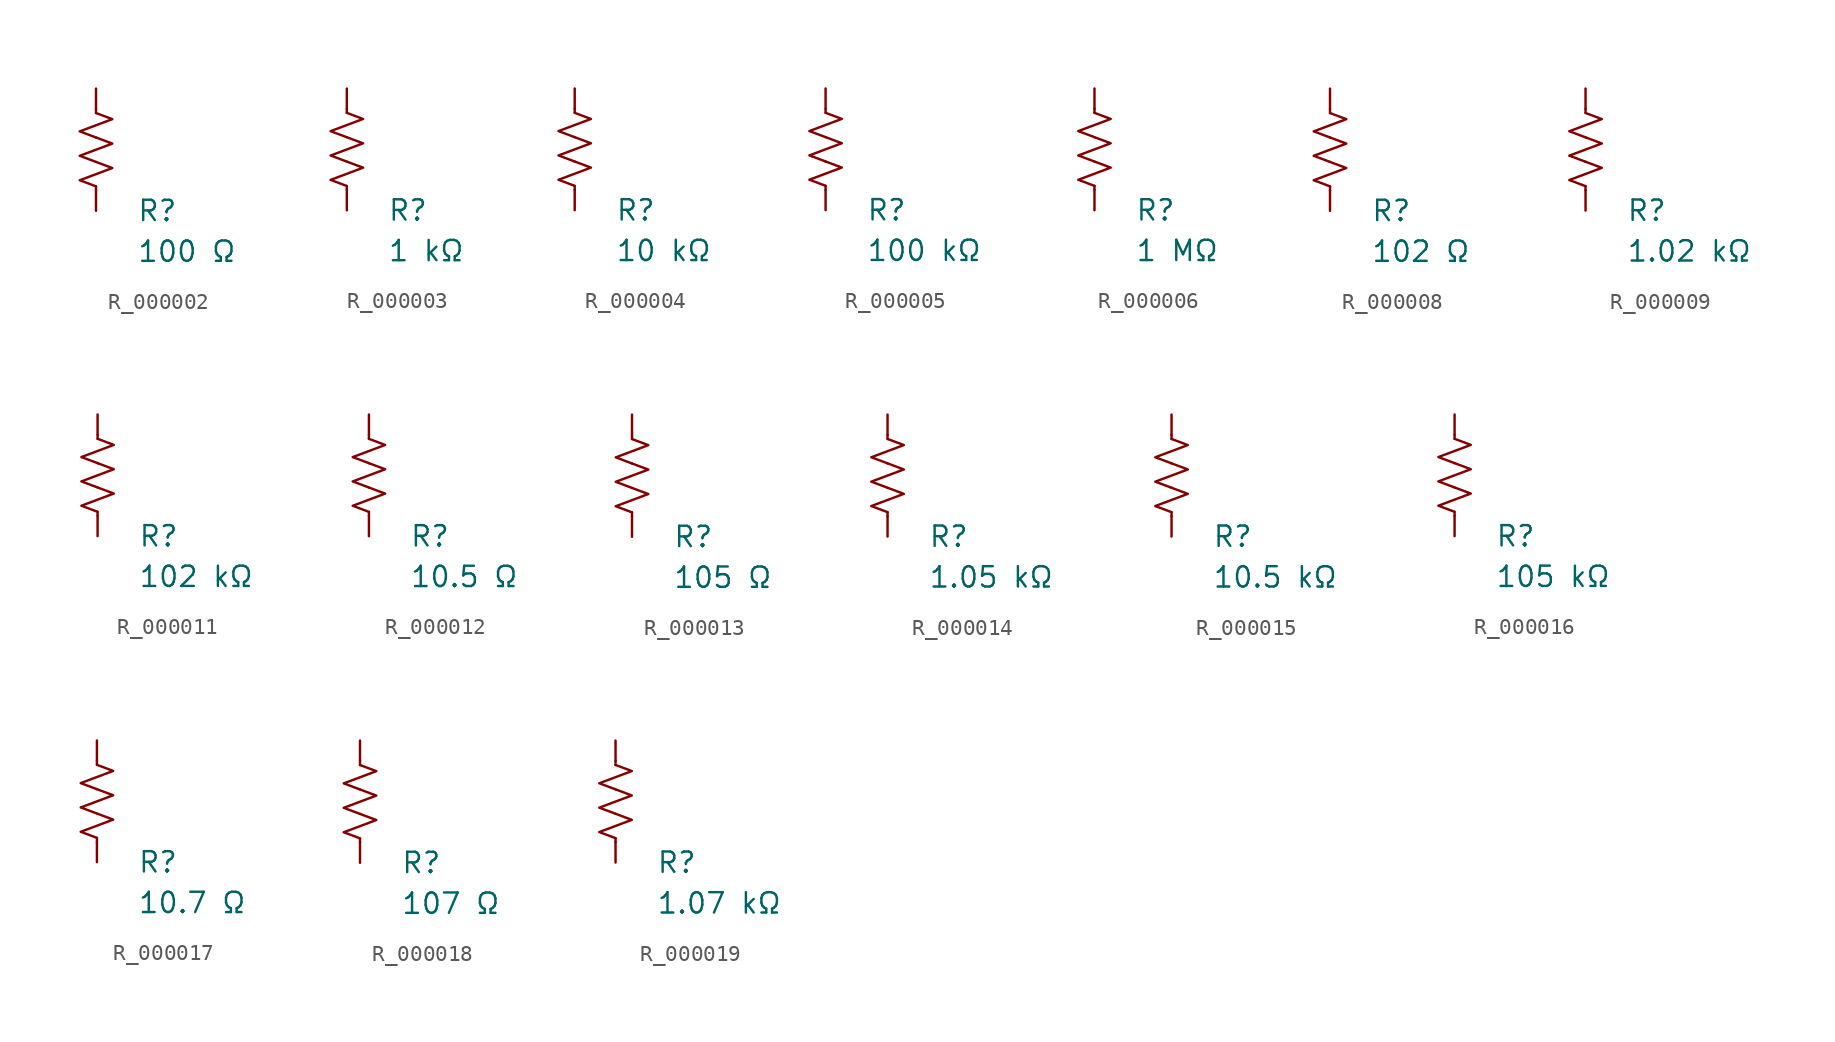
<source format=kicad_sym>
(kicad_symbol_lib
  (version 20231120)
  (generator "kicad_symbol_editor")
  (generator_version "8.0")
  (symbol "R_000002"
    (pin_numbers hide)
    (pin_names
      (offset 0))
    (property "Reference" "R"
      (at 2.54 -3.81 0)
      (effects (font (size 1.27 1.27)) (justify left))
      (show_name no))
    (property "Value" "100 Ω"
      (at 2.54 -6.35 0)
      (effects (font (size 1.27 1.27)) (justify left))
      (show_name no))
    (symbol "R_000002_0_1"
      (polyline (pts (xy 0 -2.286) (xy 0 -2.54)) (stroke (width 0) (type default)) (fill (type none)))
      (polyline (pts (xy 0 2.286) (xy 0 2.54)) (stroke (width 0) (type default)) (fill (type none)))
      (polyline (pts (xy 0 -0.762) (xy 1.016 -1.143) (xy 0 -1.524) (xy -1.016 -1.905) (xy 0 -2.286)) (stroke (width 0) (type default)) (fill (type none)))
      (polyline (pts (xy 0 0.762) (xy 1.016 0.381) (xy 0 0) (xy -1.016 -0.381) (xy 0 -0.762)) (stroke (width 0) (type default)) (fill (type none)))
      (polyline (pts (xy 0 2.286) (xy 1.016 1.905) (xy 0 1.524) (xy -1.016 1.143) (xy 0 0.762)) (stroke (width 0) (type default)) (fill (type none))))
    (symbol "R_000002_1_1"
      (pin passive line (at 0 3.81 270) (length 1.27) (name "~" (effects (font (size 1.27 1.27)))) (number "1" (effects (font (size 1.27 1.27)))))
      (pin passive line (at 0 -3.81 90) (length 1.27) (name "~" (effects (font (size 1.27 1.27)))) (number "2" (effects (font (size 1.27 1.27)))))))
  (symbol "R_000003"
    (pin_numbers hide)
    (pin_names
      (offset 0))
    (property "Reference" "R"
      (at 2.54 -3.81 0)
      (effects (font (size 1.27 1.27)) (justify left))
      (show_name no))
    (property "Value" "1 kΩ"
      (at 2.54 -6.35 0)
      (effects (font (size 1.27 1.27)) (justify left))
      (show_name no))
    (symbol "R_000003_0_1"
      (polyline (pts (xy 0 -2.286) (xy 0 -2.54)) (stroke (width 0) (type default)) (fill (type none)))
      (polyline (pts (xy 0 2.286) (xy 0 2.54)) (stroke (width 0) (type default)) (fill (type none)))
      (polyline (pts (xy 0 -0.762) (xy 1.016 -1.143) (xy 0 -1.524) (xy -1.016 -1.905) (xy 0 -2.286)) (stroke (width 0) (type default)) (fill (type none)))
      (polyline (pts (xy 0 0.762) (xy 1.016 0.381) (xy 0 0) (xy -1.016 -0.381) (xy 0 -0.762)) (stroke (width 0) (type default)) (fill (type none)))
      (polyline (pts (xy 0 2.286) (xy 1.016 1.905) (xy 0 1.524) (xy -1.016 1.143) (xy 0 0.762)) (stroke (width 0) (type default)) (fill (type none))))
    (symbol "R_000003_1_1"
      (pin passive line (at 0 3.81 270) (length 1.27) (name "~" (effects (font (size 1.27 1.27)))) (number "1" (effects (font (size 1.27 1.27)))))
      (pin passive line (at 0 -3.81 90) (length 1.27) (name "~" (effects (font (size 1.27 1.27)))) (number "2" (effects (font (size 1.27 1.27)))))))
  (symbol "R_000004"
    (pin_numbers hide)
    (pin_names
      (offset 0))
    (property "Reference" "R"
      (at 2.54 -3.81 0)
      (effects (font (size 1.27 1.27)) (justify left))
      (show_name no))
    (property "Value" "10 kΩ"
      (at 2.54 -6.35 0)
      (effects (font (size 1.27 1.27)) (justify left))
      (show_name no))
    (symbol "R_000004_0_1"
      (polyline (pts (xy 0 -2.286) (xy 0 -2.54)) (stroke (width 0) (type default)) (fill (type none)))
      (polyline (pts (xy 0 2.286) (xy 0 2.54)) (stroke (width 0) (type default)) (fill (type none)))
      (polyline (pts (xy 0 -0.762) (xy 1.016 -1.143) (xy 0 -1.524) (xy -1.016 -1.905) (xy 0 -2.286)) (stroke (width 0) (type default)) (fill (type none)))
      (polyline (pts (xy 0 0.762) (xy 1.016 0.381) (xy 0 0) (xy -1.016 -0.381) (xy 0 -0.762)) (stroke (width 0) (type default)) (fill (type none)))
      (polyline (pts (xy 0 2.286) (xy 1.016 1.905) (xy 0 1.524) (xy -1.016 1.143) (xy 0 0.762)) (stroke (width 0) (type default)) (fill (type none))))
    (symbol "R_000004_1_1"
      (pin passive line (at 0 3.81 270) (length 1.27) (name "~" (effects (font (size 1.27 1.27)))) (number "1" (effects (font (size 1.27 1.27)))))
      (pin passive line (at 0 -3.81 90) (length 1.27) (name "~" (effects (font (size 1.27 1.27)))) (number "2" (effects (font (size 1.27 1.27)))))))
  (symbol "R_000005"
    (pin_numbers hide)
    (pin_names
      (offset 0))
    (property "Reference" "R"
      (at 2.54 -3.81 0)
      (effects (font (size 1.27 1.27)) (justify left))
      (show_name no))
    (property "Value" "100 kΩ"
      (at 2.54 -6.35 0)
      (effects (font (size 1.27 1.27)) (justify left))
      (show_name no))
    (symbol "R_000005_0_1"
      (polyline (pts (xy 0 -2.286) (xy 0 -2.54)) (stroke (width 0) (type default)) (fill (type none)))
      (polyline (pts (xy 0 2.286) (xy 0 2.54)) (stroke (width 0) (type default)) (fill (type none)))
      (polyline (pts (xy 0 -0.762) (xy 1.016 -1.143) (xy 0 -1.524) (xy -1.016 -1.905) (xy 0 -2.286)) (stroke (width 0) (type default)) (fill (type none)))
      (polyline (pts (xy 0 0.762) (xy 1.016 0.381) (xy 0 0) (xy -1.016 -0.381) (xy 0 -0.762)) (stroke (width 0) (type default)) (fill (type none)))
      (polyline (pts (xy 0 2.286) (xy 1.016 1.905) (xy 0 1.524) (xy -1.016 1.143) (xy 0 0.762)) (stroke (width 0) (type default)) (fill (type none))))
    (symbol "R_000005_1_1"
      (pin passive line (at 0 3.81 270) (length 1.27) (name "~" (effects (font (size 1.27 1.27)))) (number "1" (effects (font (size 1.27 1.27)))))
      (pin passive line (at 0 -3.81 90) (length 1.27) (name "~" (effects (font (size 1.27 1.27)))) (number "2" (effects (font (size 1.27 1.27)))))))
  (symbol "R_000006"
    (pin_numbers hide)
    (pin_names
      (offset 0))
    (property "Reference" "R"
      (at 2.54 -3.81 0)
      (effects (font (size 1.27 1.27)) (justify left))
      (show_name no))
    (property "Value" "1 MΩ"
      (at 2.54 -6.35 0)
      (effects (font (size 1.27 1.27)) (justify left))
      (show_name no))
    (symbol "R_000006_0_1"
      (polyline (pts (xy 0 -2.286) (xy 0 -2.54)) (stroke (width 0) (type default)) (fill (type none)))
      (polyline (pts (xy 0 2.286) (xy 0 2.54)) (stroke (width 0) (type default)) (fill (type none)))
      (polyline (pts (xy 0 -0.762) (xy 1.016 -1.143) (xy 0 -1.524) (xy -1.016 -1.905) (xy 0 -2.286)) (stroke (width 0) (type default)) (fill (type none)))
      (polyline (pts (xy 0 0.762) (xy 1.016 0.381) (xy 0 0) (xy -1.016 -0.381) (xy 0 -0.762)) (stroke (width 0) (type default)) (fill (type none)))
      (polyline (pts (xy 0 2.286) (xy 1.016 1.905) (xy 0 1.524) (xy -1.016 1.143) (xy 0 0.762)) (stroke (width 0) (type default)) (fill (type none))))
    (symbol "R_000006_1_1"
      (pin passive line (at 0 3.81 270) (length 1.27) (name "~" (effects (font (size 1.27 1.27)))) (number "1" (effects (font (size 1.27 1.27)))))
      (pin passive line (at 0 -3.81 90) (length 1.27) (name "~" (effects (font (size 1.27 1.27)))) (number "2" (effects (font (size 1.27 1.27)))))))
  (symbol "R_000008"
    (pin_numbers hide)
    (pin_names
      (offset 0))
    (property "Reference" "R"
      (at 2.54 -3.81 0)
      (effects (font (size 1.27 1.27)) (justify left))
      (show_name no))
    (property "Value" "102 Ω"
      (at 2.54 -6.35 0)
      (effects (font (size 1.27 1.27)) (justify left))
      (show_name no))
    (symbol "R_000008_0_1"
      (polyline (pts (xy 0 -2.286) (xy 0 -2.54)) (stroke (width 0) (type default)) (fill (type none)))
      (polyline (pts (xy 0 2.286) (xy 0 2.54)) (stroke (width 0) (type default)) (fill (type none)))
      (polyline (pts (xy 0 -0.762) (xy 1.016 -1.143) (xy 0 -1.524) (xy -1.016 -1.905) (xy 0 -2.286)) (stroke (width 0) (type default)) (fill (type none)))
      (polyline (pts (xy 0 0.762) (xy 1.016 0.381) (xy 0 0) (xy -1.016 -0.381) (xy 0 -0.762)) (stroke (width 0) (type default)) (fill (type none)))
      (polyline (pts (xy 0 2.286) (xy 1.016 1.905) (xy 0 1.524) (xy -1.016 1.143) (xy 0 0.762)) (stroke (width 0) (type default)) (fill (type none))))
    (symbol "R_000008_1_1"
      (pin passive line (at 0 3.81 270) (length 1.27) (name "~" (effects (font (size 1.27 1.27)))) (number "1" (effects (font (size 1.27 1.27)))))
      (pin passive line (at 0 -3.81 90) (length 1.27) (name "~" (effects (font (size 1.27 1.27)))) (number "2" (effects (font (size 1.27 1.27)))))))
  (symbol "R_000009"
    (pin_numbers hide)
    (pin_names
      (offset 0))
    (property "Reference" "R"
      (at 2.54 -3.81 0)
      (effects (font (size 1.27 1.27)) (justify left))
      (show_name no))
    (property "Value" "1.02 kΩ"
      (at 2.54 -6.35 0)
      (effects (font (size 1.27 1.27)) (justify left))
      (show_name no))
    (symbol "R_000009_0_1"
      (polyline (pts (xy 0 -2.286) (xy 0 -2.54)) (stroke (width 0) (type default)) (fill (type none)))
      (polyline (pts (xy 0 2.286) (xy 0 2.54)) (stroke (width 0) (type default)) (fill (type none)))
      (polyline (pts (xy 0 -0.762) (xy 1.016 -1.143) (xy 0 -1.524) (xy -1.016 -1.905) (xy 0 -2.286)) (stroke (width 0) (type default)) (fill (type none)))
      (polyline (pts (xy 0 0.762) (xy 1.016 0.381) (xy 0 0) (xy -1.016 -0.381) (xy 0 -0.762)) (stroke (width 0) (type default)) (fill (type none)))
      (polyline (pts (xy 0 2.286) (xy 1.016 1.905) (xy 0 1.524) (xy -1.016 1.143) (xy 0 0.762)) (stroke (width 0) (type default)) (fill (type none))))
    (symbol "R_000009_1_1"
      (pin passive line (at 0 3.81 270) (length 1.27) (name "~" (effects (font (size 1.27 1.27)))) (number "1" (effects (font (size 1.27 1.27)))))
      (pin passive line (at 0 -3.81 90) (length 1.27) (name "~" (effects (font (size 1.27 1.27)))) (number "2" (effects (font (size 1.27 1.27)))))))
  (symbol "R_000011"
    (pin_numbers hide)
    (pin_names
      (offset 0))
    (property "Reference" "R"
      (at 2.54 -3.81 0)
      (effects (font (size 1.27 1.27)) (justify left))
      (show_name no))
    (property "Value" "102 kΩ"
      (at 2.54 -6.35 0)
      (effects (font (size 1.27 1.27)) (justify left))
      (show_name no))
    (symbol "R_000011_0_1"
      (polyline (pts (xy 0 -2.286) (xy 0 -2.54)) (stroke (width 0) (type default)) (fill (type none)))
      (polyline (pts (xy 0 2.286) (xy 0 2.54)) (stroke (width 0) (type default)) (fill (type none)))
      (polyline (pts (xy 0 -0.762) (xy 1.016 -1.143) (xy 0 -1.524) (xy -1.016 -1.905) (xy 0 -2.286)) (stroke (width 0) (type default)) (fill (type none)))
      (polyline (pts (xy 0 0.762) (xy 1.016 0.381) (xy 0 0) (xy -1.016 -0.381) (xy 0 -0.762)) (stroke (width 0) (type default)) (fill (type none)))
      (polyline (pts (xy 0 2.286) (xy 1.016 1.905) (xy 0 1.524) (xy -1.016 1.143) (xy 0 0.762)) (stroke (width 0) (type default)) (fill (type none))))
    (symbol "R_000011_1_1"
      (pin passive line (at 0 3.81 270) (length 1.27) (name "~" (effects (font (size 1.27 1.27)))) (number "1" (effects (font (size 1.27 1.27)))))
      (pin passive line (at 0 -3.81 90) (length 1.27) (name "~" (effects (font (size 1.27 1.27)))) (number "2" (effects (font (size 1.27 1.27)))))))
  (symbol "R_000012"
    (pin_numbers hide)
    (pin_names
      (offset 0))
    (property "Reference" "R"
      (at 2.54 -3.81 0)
      (effects (font (size 1.27 1.27)) (justify left))
      (show_name no))
    (property "Value" "10.5 Ω"
      (at 2.54 -6.35 0)
      (effects (font (size 1.27 1.27)) (justify left))
      (show_name no))
    (symbol "R_000012_0_1"
      (polyline (pts (xy 0 -2.286) (xy 0 -2.54)) (stroke (width 0) (type default)) (fill (type none)))
      (polyline (pts (xy 0 2.286) (xy 0 2.54)) (stroke (width 0) (type default)) (fill (type none)))
      (polyline (pts (xy 0 -0.762) (xy 1.016 -1.143) (xy 0 -1.524) (xy -1.016 -1.905) (xy 0 -2.286)) (stroke (width 0) (type default)) (fill (type none)))
      (polyline (pts (xy 0 0.762) (xy 1.016 0.381) (xy 0 0) (xy -1.016 -0.381) (xy 0 -0.762)) (stroke (width 0) (type default)) (fill (type none)))
      (polyline (pts (xy 0 2.286) (xy 1.016 1.905) (xy 0 1.524) (xy -1.016 1.143) (xy 0 0.762)) (stroke (width 0) (type default)) (fill (type none))))
    (symbol "R_000012_1_1"
      (pin passive line (at 0 3.81 270) (length 1.27) (name "~" (effects (font (size 1.27 1.27)))) (number "1" (effects (font (size 1.27 1.27)))))
      (pin passive line (at 0 -3.81 90) (length 1.27) (name "~" (effects (font (size 1.27 1.27)))) (number "2" (effects (font (size 1.27 1.27)))))))
  (symbol "R_000013"
    (pin_numbers hide)
    (pin_names
      (offset 0))
    (property "Reference" "R"
      (at 2.54 -3.81 0)
      (effects (font (size 1.27 1.27)) (justify left))
      (show_name no))
    (property "Value" "105 Ω"
      (at 2.54 -6.35 0)
      (effects (font (size 1.27 1.27)) (justify left))
      (show_name no))
    (symbol "R_000013_0_1"
      (polyline (pts (xy 0 -2.286) (xy 0 -2.54)) (stroke (width 0) (type default)) (fill (type none)))
      (polyline (pts (xy 0 2.286) (xy 0 2.54)) (stroke (width 0) (type default)) (fill (type none)))
      (polyline (pts (xy 0 -0.762) (xy 1.016 -1.143) (xy 0 -1.524) (xy -1.016 -1.905) (xy 0 -2.286)) (stroke (width 0) (type default)) (fill (type none)))
      (polyline (pts (xy 0 0.762) (xy 1.016 0.381) (xy 0 0) (xy -1.016 -0.381) (xy 0 -0.762)) (stroke (width 0) (type default)) (fill (type none)))
      (polyline (pts (xy 0 2.286) (xy 1.016 1.905) (xy 0 1.524) (xy -1.016 1.143) (xy 0 0.762)) (stroke (width 0) (type default)) (fill (type none))))
    (symbol "R_000013_1_1"
      (pin passive line (at 0 3.81 270) (length 1.27) (name "~" (effects (font (size 1.27 1.27)))) (number "1" (effects (font (size 1.27 1.27)))))
      (pin passive line (at 0 -3.81 90) (length 1.27) (name "~" (effects (font (size 1.27 1.27)))) (number "2" (effects (font (size 1.27 1.27)))))))
  (symbol "R_000014"
    (pin_numbers hide)
    (pin_names
      (offset 0))
    (property "Reference" "R"
      (at 2.54 -3.81 0)
      (effects (font (size 1.27 1.27)) (justify left))
      (show_name no))
    (property "Value" "1.05 kΩ"
      (at 2.54 -6.35 0)
      (effects (font (size 1.27 1.27)) (justify left))
      (show_name no))
    (symbol "R_000014_0_1"
      (polyline (pts (xy 0 -2.286) (xy 0 -2.54)) (stroke (width 0) (type default)) (fill (type none)))
      (polyline (pts (xy 0 2.286) (xy 0 2.54)) (stroke (width 0) (type default)) (fill (type none)))
      (polyline (pts (xy 0 -0.762) (xy 1.016 -1.143) (xy 0 -1.524) (xy -1.016 -1.905) (xy 0 -2.286)) (stroke (width 0) (type default)) (fill (type none)))
      (polyline (pts (xy 0 0.762) (xy 1.016 0.381) (xy 0 0) (xy -1.016 -0.381) (xy 0 -0.762)) (stroke (width 0) (type default)) (fill (type none)))
      (polyline (pts (xy 0 2.286) (xy 1.016 1.905) (xy 0 1.524) (xy -1.016 1.143) (xy 0 0.762)) (stroke (width 0) (type default)) (fill (type none))))
    (symbol "R_000014_1_1"
      (pin passive line (at 0 3.81 270) (length 1.27) (name "~" (effects (font (size 1.27 1.27)))) (number "1" (effects (font (size 1.27 1.27)))))
      (pin passive line (at 0 -3.81 90) (length 1.27) (name "~" (effects (font (size 1.27 1.27)))) (number "2" (effects (font (size 1.27 1.27)))))))
  (symbol "R_000015"
    (pin_numbers hide)
    (pin_names
      (offset 0))
    (property "Reference" "R"
      (at 2.54 -3.81 0)
      (effects (font (size 1.27 1.27)) (justify left))
      (show_name no))
    (property "Value" "10.5 kΩ"
      (at 2.54 -6.35 0)
      (effects (font (size 1.27 1.27)) (justify left))
      (show_name no))
    (symbol "R_000015_0_1"
      (polyline (pts (xy 0 -2.286) (xy 0 -2.54)) (stroke (width 0) (type default)) (fill (type none)))
      (polyline (pts (xy 0 2.286) (xy 0 2.54)) (stroke (width 0) (type default)) (fill (type none)))
      (polyline (pts (xy 0 -0.762) (xy 1.016 -1.143) (xy 0 -1.524) (xy -1.016 -1.905) (xy 0 -2.286)) (stroke (width 0) (type default)) (fill (type none)))
      (polyline (pts (xy 0 0.762) (xy 1.016 0.381) (xy 0 0) (xy -1.016 -0.381) (xy 0 -0.762)) (stroke (width 0) (type default)) (fill (type none)))
      (polyline (pts (xy 0 2.286) (xy 1.016 1.905) (xy 0 1.524) (xy -1.016 1.143) (xy 0 0.762)) (stroke (width 0) (type default)) (fill (type none))))
    (symbol "R_000015_1_1"
      (pin passive line (at 0 3.81 270) (length 1.27) (name "~" (effects (font (size 1.27 1.27)))) (number "1" (effects (font (size 1.27 1.27)))))
      (pin passive line (at 0 -3.81 90) (length 1.27) (name "~" (effects (font (size 1.27 1.27)))) (number "2" (effects (font (size 1.27 1.27)))))))
  (symbol "R_000016"
    (pin_numbers hide)
    (pin_names
      (offset 0))
    (property "Reference" "R"
      (at 2.54 -3.81 0)
      (effects (font (size 1.27 1.27)) (justify left))
      (show_name no))
    (property "Value" "105 kΩ"
      (at 2.54 -6.35 0)
      (effects (font (size 1.27 1.27)) (justify left))
      (show_name no))
    (symbol "R_000016_0_1"
      (polyline (pts (xy 0 -2.286) (xy 0 -2.54)) (stroke (width 0) (type default)) (fill (type none)))
      (polyline (pts (xy 0 2.286) (xy 0 2.54)) (stroke (width 0) (type default)) (fill (type none)))
      (polyline (pts (xy 0 -0.762) (xy 1.016 -1.143) (xy 0 -1.524) (xy -1.016 -1.905) (xy 0 -2.286)) (stroke (width 0) (type default)) (fill (type none)))
      (polyline (pts (xy 0 0.762) (xy 1.016 0.381) (xy 0 0) (xy -1.016 -0.381) (xy 0 -0.762)) (stroke (width 0) (type default)) (fill (type none)))
      (polyline (pts (xy 0 2.286) (xy 1.016 1.905) (xy 0 1.524) (xy -1.016 1.143) (xy 0 0.762)) (stroke (width 0) (type default)) (fill (type none))))
    (symbol "R_000016_1_1"
      (pin passive line (at 0 3.81 270) (length 1.27) (name "~" (effects (font (size 1.27 1.27)))) (number "1" (effects (font (size 1.27 1.27)))))
      (pin passive line (at 0 -3.81 90) (length 1.27) (name "~" (effects (font (size 1.27 1.27)))) (number "2" (effects (font (size 1.27 1.27)))))))
  (symbol "R_000017"
    (pin_numbers hide)
    (pin_names
      (offset 0))
    (property "Reference" "R"
      (at 2.54 -3.81 0)
      (effects (font (size 1.27 1.27)) (justify left))
      (show_name no))
    (property "Value" "10.7 Ω"
      (at 2.54 -6.35 0)
      (effects (font (size 1.27 1.27)) (justify left))
      (show_name no))
    (symbol "R_000017_0_1"
      (polyline (pts (xy 0 -2.286) (xy 0 -2.54)) (stroke (width 0) (type default)) (fill (type none)))
      (polyline (pts (xy 0 2.286) (xy 0 2.54)) (stroke (width 0) (type default)) (fill (type none)))
      (polyline (pts (xy 0 -0.762) (xy 1.016 -1.143) (xy 0 -1.524) (xy -1.016 -1.905) (xy 0 -2.286)) (stroke (width 0) (type default)) (fill (type none)))
      (polyline (pts (xy 0 0.762) (xy 1.016 0.381) (xy 0 0) (xy -1.016 -0.381) (xy 0 -0.762)) (stroke (width 0) (type default)) (fill (type none)))
      (polyline (pts (xy 0 2.286) (xy 1.016 1.905) (xy 0 1.524) (xy -1.016 1.143) (xy 0 0.762)) (stroke (width 0) (type default)) (fill (type none))))
    (symbol "R_000017_1_1"
      (pin passive line (at 0 3.81 270) (length 1.27) (name "~" (effects (font (size 1.27 1.27)))) (number "1" (effects (font (size 1.27 1.27)))))
      (pin passive line (at 0 -3.81 90) (length 1.27) (name "~" (effects (font (size 1.27 1.27)))) (number "2" (effects (font (size 1.27 1.27)))))))
  (symbol "R_000018"
    (pin_numbers hide)
    (pin_names
      (offset 0))
    (property "Reference" "R"
      (at 2.54 -3.81 0)
      (effects (font (size 1.27 1.27)) (justify left))
      (show_name no))
    (property "Value" "107 Ω"
      (at 2.54 -6.35 0)
      (effects (font (size 1.27 1.27)) (justify left))
      (show_name no))
    (symbol "R_000018_0_1"
      (polyline (pts (xy 0 -2.286) (xy 0 -2.54)) (stroke (width 0) (type default)) (fill (type none)))
      (polyline (pts (xy 0 2.286) (xy 0 2.54)) (stroke (width 0) (type default)) (fill (type none)))
      (polyline (pts (xy 0 -0.762) (xy 1.016 -1.143) (xy 0 -1.524) (xy -1.016 -1.905) (xy 0 -2.286)) (stroke (width 0) (type default)) (fill (type none)))
      (polyline (pts (xy 0 0.762) (xy 1.016 0.381) (xy 0 0) (xy -1.016 -0.381) (xy 0 -0.762)) (stroke (width 0) (type default)) (fill (type none)))
      (polyline (pts (xy 0 2.286) (xy 1.016 1.905) (xy 0 1.524) (xy -1.016 1.143) (xy 0 0.762)) (stroke (width 0) (type default)) (fill (type none))))
    (symbol "R_000018_1_1"
      (pin passive line (at 0 3.81 270) (length 1.27) (name "~" (effects (font (size 1.27 1.27)))) (number "1" (effects (font (size 1.27 1.27)))))
      (pin passive line (at 0 -3.81 90) (length 1.27) (name "~" (effects (font (size 1.27 1.27)))) (number "2" (effects (font (size 1.27 1.27)))))))
  (symbol "R_000019"
    (pin_numbers hide)
    (pin_names
      (offset 0))
    (property "Reference" "R"
      (at 2.54 -3.81 0)
      (effects (font (size 1.27 1.27)) (justify left))
      (show_name no))
    (property "Value" "1.07 kΩ"
      (at 2.54 -6.35 0)
      (effects (font (size 1.27 1.27)) (justify left))
      (show_name no))
    (symbol "R_000019_0_1"
      (polyline (pts (xy 0 -2.286) (xy 0 -2.54)) (stroke (width 0) (type default)) (fill (type none)))
      (polyline (pts (xy 0 2.286) (xy 0 2.54)) (stroke (width 0) (type default)) (fill (type none)))
      (polyline (pts (xy 0 -0.762) (xy 1.016 -1.143) (xy 0 -1.524) (xy -1.016 -1.905) (xy 0 -2.286)) (stroke (width 0) (type default)) (fill (type none)))
      (polyline (pts (xy 0 0.762) (xy 1.016 0.381) (xy 0 0) (xy -1.016 -0.381) (xy 0 -0.762)) (stroke (width 0) (type default)) (fill (type none)))
      (polyline (pts (xy 0 2.286) (xy 1.016 1.905) (xy 0 1.524) (xy -1.016 1.143) (xy 0 0.762)) (stroke (width 0) (type default)) (fill (type none))))
    (symbol "R_000019_1_1"
      (pin passive line (at 0 3.81 270) (length 1.27) (name "~" (effects (font (size 1.27 1.27)))) (number "1" (effects (font (size 1.27 1.27)))))
      (pin passive line (at 0 -3.81 90) (length 1.27) (name "~" (effects (font (size 1.27 1.27)))) (number "2" (effects (font (size 1.27 1.27))))))))
</source>
